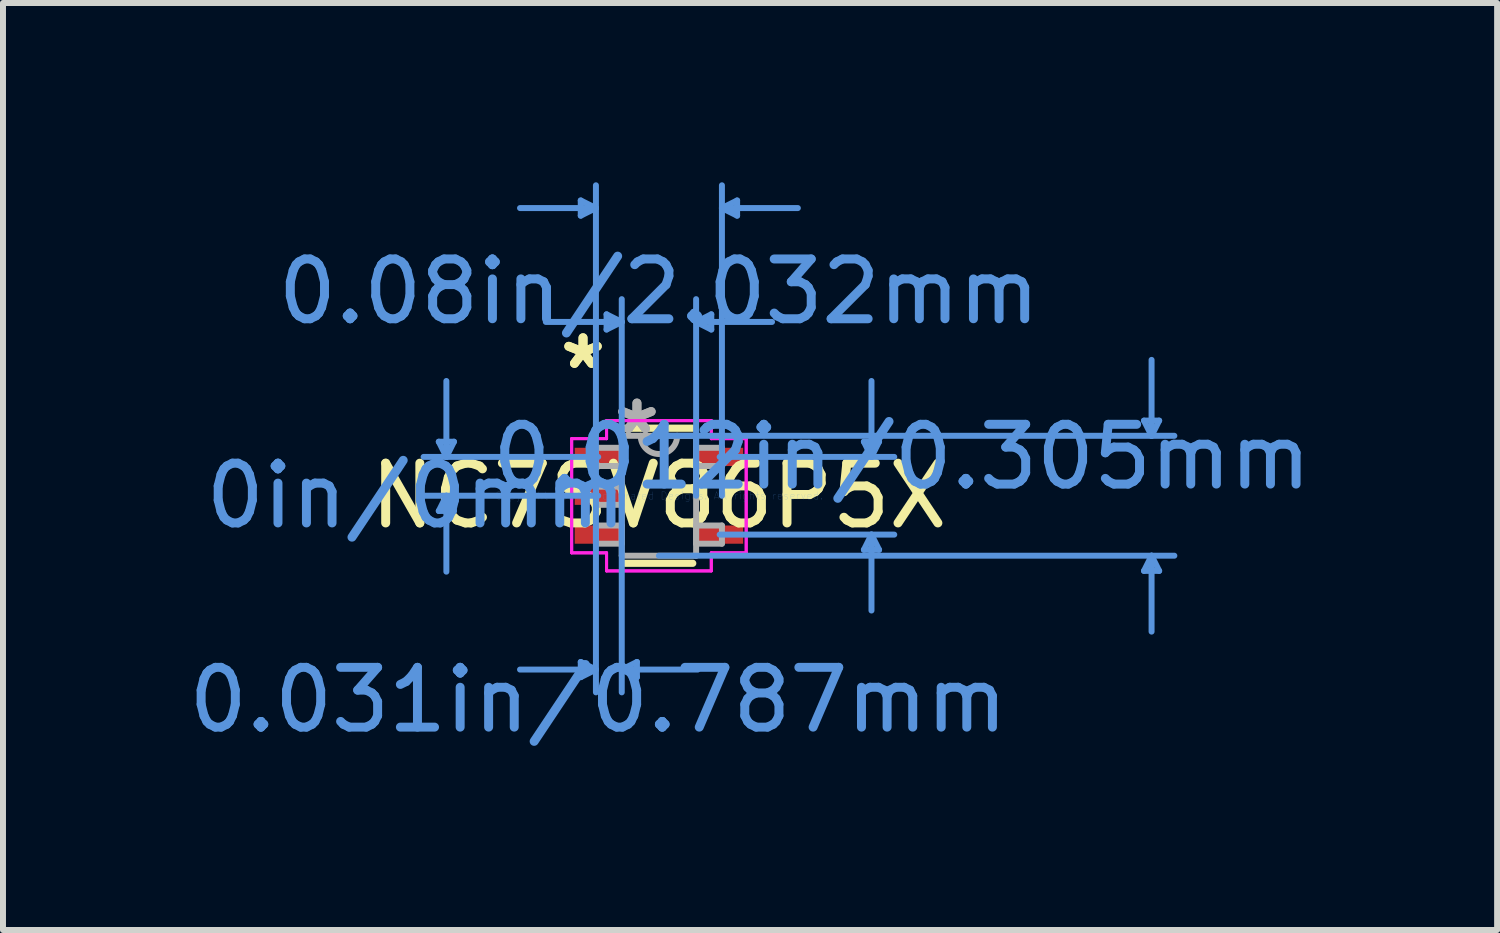
<source format=kicad_pcb>
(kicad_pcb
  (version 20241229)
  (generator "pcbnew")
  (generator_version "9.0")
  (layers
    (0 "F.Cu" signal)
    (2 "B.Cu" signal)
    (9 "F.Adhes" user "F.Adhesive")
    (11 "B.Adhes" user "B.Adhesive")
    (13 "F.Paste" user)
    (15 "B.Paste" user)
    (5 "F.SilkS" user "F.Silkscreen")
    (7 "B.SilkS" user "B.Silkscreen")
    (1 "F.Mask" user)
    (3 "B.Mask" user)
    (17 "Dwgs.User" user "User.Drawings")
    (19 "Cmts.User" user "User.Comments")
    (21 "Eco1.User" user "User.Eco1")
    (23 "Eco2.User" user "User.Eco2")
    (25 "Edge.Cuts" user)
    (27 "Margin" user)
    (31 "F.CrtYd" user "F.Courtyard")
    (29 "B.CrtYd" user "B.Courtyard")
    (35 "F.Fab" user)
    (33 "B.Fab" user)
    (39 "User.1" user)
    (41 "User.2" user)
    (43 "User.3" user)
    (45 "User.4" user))
  (footprint "NC7SV86P5X"
    (layer "F.Cu")
    (at 7.974 5.244)
    (property "Reference" "NC7SV86P5X" (at 0 0 0) (layer "F.SilkS") (effects (font (size 1 1) (thickness 0.15))))
    (attr through_hole)
    (fp_line (start -0.566 1.13) (end 0.566 1.13) (stroke (width 0.12) (type solid)) (layer "F.SilkS"))
    (fp_line (start 0.566 -1.13) (end -0.566 -1.13) (stroke (width 0.12) (type solid)) (layer "F.SilkS"))
    (fp_line (start 0.749 0.165) (end 0.749 -0.165) (stroke (width 0.12) (type solid)) (layer "F.SilkS"))
    (fp_line (start -3.683 -0.904) (end -3.429 -0.904) (stroke (width 0.1) (type solid)) (layer "Cmts.User"))
    (fp_line (start -3.683 0.254) (end -3.429 0.254) (stroke (width 0.1) (type solid)) (layer "Cmts.User"))
    (fp_line (start -3.556 -0.65) (end -3.683 -0.904) (stroke (width 0.1) (type solid)) (layer "Cmts.User"))
    (fp_line (start -3.556 -0.65) (end -3.556 -1.92) (stroke (width 0.1) (type solid)) (layer "Cmts.User"))
    (fp_line (start -3.556 -0.65) (end -3.429 -0.904) (stroke (width 0.1) (type solid)) (layer "Cmts.User"))
    (fp_line (start -3.556 0) (end -3.683 0.254) (stroke (width 0.1) (type solid)) (layer "Cmts.User"))
    (fp_line (start -3.556 0) (end -3.556 1.27) (stroke (width 0.1) (type solid)) (layer "Cmts.User"))
    (fp_line (start -3.556 0) (end -3.429 0.254) (stroke (width 0.1) (type solid)) (layer "Cmts.User"))
    (fp_line (start -1.308 -4.94) (end -1.308 -4.686) (stroke (width 0.1) (type solid)) (layer "Cmts.User"))
    (fp_line (start -1.308 2.781) (end -1.308 3.035) (stroke (width 0.1) (type solid)) (layer "Cmts.User"))
    (fp_line (start -1.054 -4.813) (end -2.324 -4.813) (stroke (width 0.1) (type solid)) (layer "Cmts.User"))
    (fp_line (start -1.054 -4.813) (end -1.308 -4.94) (stroke (width 0.1) (type solid)) (layer "Cmts.User"))
    (fp_line (start -1.054 -4.813) (end -1.308 -4.686) (stroke (width 0.1) (type solid)) (layer "Cmts.User"))
    (fp_line (start -1.054 0) (end -1.054 -5.194) (stroke (width 0.1) (type solid)) (layer "Cmts.User"))
    (fp_line (start -1.054 0) (end -1.054 3.289) (stroke (width 0.1) (type solid)) (layer "Cmts.User"))
    (fp_line (start -1.054 2.908) (end -2.324 2.908) (stroke (width 0.1) (type solid)) (layer "Cmts.User"))
    (fp_line (start -1.054 2.908) (end -1.308 2.781) (stroke (width 0.1) (type solid)) (layer "Cmts.User"))
    (fp_line (start -1.054 2.908) (end -1.308 3.035) (stroke (width 0.1) (type solid)) (layer "Cmts.User"))
    (fp_line (start -1.016 -0.65) (end -3.937 -0.65) (stroke (width 0.1) (type solid)) (layer "Cmts.User"))
    (fp_line (start -1.016 0) (end -3.937 0) (stroke (width 0.1) (type solid)) (layer "Cmts.User"))
    (fp_line (start -0.876 -3.035) (end -0.876 -2.781) (stroke (width 0.1) (type solid)) (layer "Cmts.User"))
    (fp_line (start -0.622 -2.908) (end -1.892 -2.908) (stroke (width 0.1) (type solid)) (layer "Cmts.User"))
    (fp_line (start -0.622 -2.908) (end -0.876 -3.035) (stroke (width 0.1) (type solid)) (layer "Cmts.User"))
    (fp_line (start -0.622 -2.908) (end -0.876 -2.781) (stroke (width 0.1) (type solid)) (layer "Cmts.User"))
    (fp_line (start -0.622 0) (end -0.622 -3.289) (stroke (width 0.1) (type solid)) (layer "Cmts.User"))
    (fp_line (start -0.622 0) (end -0.622 3.289) (stroke (width 0.1) (type solid)) (layer "Cmts.User"))
    (fp_line (start -0.622 2.908) (end -0.368 2.781) (stroke (width 0.1) (type solid)) (layer "Cmts.User"))
    (fp_line (start -0.622 2.908) (end -0.368 3.035) (stroke (width 0.1) (type solid)) (layer "Cmts.User"))
    (fp_line (start -0.622 2.908) (end 0.648 2.908) (stroke (width 0.1) (type solid)) (layer "Cmts.User"))
    (fp_line (start -0.368 2.781) (end -0.368 3.035) (stroke (width 0.1) (type solid)) (layer "Cmts.User"))
    (fp_line (start 0 -1.003) (end 8.623 -1.003) (stroke (width 0.1) (type solid)) (layer "Cmts.User"))
    (fp_line (start 0 1.003) (end 8.623 1.003) (stroke (width 0.1) (type solid)) (layer "Cmts.User"))
    (fp_line (start 0.622 -2.908) (end 0.876 -3.035) (stroke (width 0.1) (type solid)) (layer "Cmts.User"))
    (fp_line (start 0.622 -2.908) (end 0.876 -2.781) (stroke (width 0.1) (type solid)) (layer "Cmts.User"))
    (fp_line (start 0.622 -2.908) (end 1.892 -2.908) (stroke (width 0.1) (type solid)) (layer "Cmts.User"))
    (fp_line (start 0.622 0) (end 0.622 -3.289) (stroke (width 0.1) (type solid)) (layer "Cmts.User"))
    (fp_line (start 0.876 -3.035) (end 0.876 -2.781) (stroke (width 0.1) (type solid)) (layer "Cmts.User"))
    (fp_line (start 1.016 -0.65) (end 3.937 -0.65) (stroke (width 0.1) (type solid)) (layer "Cmts.User"))
    (fp_line (start 1.016 0.65) (end 3.937 0.65) (stroke (width 0.1) (type solid)) (layer "Cmts.User"))
    (fp_line (start 1.054 -4.813) (end 1.308 -4.94) (stroke (width 0.1) (type solid)) (layer "Cmts.User"))
    (fp_line (start 1.054 -4.813) (end 1.308 -4.686) (stroke (width 0.1) (type solid)) (layer "Cmts.User"))
    (fp_line (start 1.054 -4.813) (end 2.324 -4.813) (stroke (width 0.1) (type solid)) (layer "Cmts.User"))
    (fp_line (start 1.054 0) (end 1.054 -5.194) (stroke (width 0.1) (type solid)) (layer "Cmts.User"))
    (fp_line (start 1.308 -4.94) (end 1.308 -4.686) (stroke (width 0.1) (type solid)) (layer "Cmts.User"))
    (fp_line (start 3.429 -0.904) (end 3.683 -0.904) (stroke (width 0.1) (type solid)) (layer "Cmts.User"))
    (fp_line (start 3.429 0.904) (end 3.683 0.904) (stroke (width 0.1) (type solid)) (layer "Cmts.User"))
    (fp_line (start 3.556 -0.65) (end 3.429 -0.904) (stroke (width 0.1) (type solid)) (layer "Cmts.User"))
    (fp_line (start 3.556 -0.65) (end 3.556 -1.92) (stroke (width 0.1) (type solid)) (layer "Cmts.User"))
    (fp_line (start 3.556 -0.65) (end 3.683 -0.904) (stroke (width 0.1) (type solid)) (layer "Cmts.User"))
    (fp_line (start 3.556 0.65) (end 3.429 0.904) (stroke (width 0.1) (type solid)) (layer "Cmts.User"))
    (fp_line (start 3.556 0.65) (end 3.556 1.92) (stroke (width 0.1) (type solid)) (layer "Cmts.User"))
    (fp_line (start 3.556 0.65) (end 3.683 0.904) (stroke (width 0.1) (type solid)) (layer "Cmts.User"))
    (fp_line (start 8.115 -1.257) (end 8.369 -1.257) (stroke (width 0.1) (type solid)) (layer "Cmts.User"))
    (fp_line (start 8.115 1.257) (end 8.369 1.257) (stroke (width 0.1) (type solid)) (layer "Cmts.User"))
    (fp_line (start 8.242 -1.003) (end 8.115 -1.257) (stroke (width 0.1) (type solid)) (layer "Cmts.User"))
    (fp_line (start 8.242 -1.003) (end 8.242 -2.273) (stroke (width 0.1) (type solid)) (layer "Cmts.User"))
    (fp_line (start 8.242 -1.003) (end 8.369 -1.257) (stroke (width 0.1) (type solid)) (layer "Cmts.User"))
    (fp_line (start 8.242 1.003) (end 8.115 1.257) (stroke (width 0.1) (type solid)) (layer "Cmts.User"))
    (fp_line (start 8.242 1.003) (end 8.242 2.273) (stroke (width 0.1) (type solid)) (layer "Cmts.User"))
    (fp_line (start 8.242 1.003) (end 8.369 1.257) (stroke (width 0.1) (type solid)) (layer "Cmts.User"))
    (fp_line (start -1.46 -0.955) (end -0.876 -0.955) (stroke (width 0.05) (type solid)) (layer "F.CrtYd"))
    (fp_line (start -1.46 -0.955) (end -0.876 -0.955) (stroke (width 0.05) (type solid)) (layer "F.CrtYd"))
    (fp_line (start -1.46 0.955) (end -1.46 -0.955) (stroke (width 0.05) (type solid)) (layer "F.CrtYd"))
    (fp_line (start -1.46 0.955) (end -1.46 -0.955) (stroke (width 0.05) (type solid)) (layer "F.CrtYd"))
    (fp_line (start -0.876 -1.257) (end 0.876 -1.257) (stroke (width 0.05) (type solid)) (layer "F.CrtYd"))
    (fp_line (start -0.876 -1.257) (end 0.876 -1.257) (stroke (width 0.05) (type solid)) (layer "F.CrtYd"))
    (fp_line (start -0.876 -0.955) (end -0.876 -1.257) (stroke (width 0.05) (type solid)) (layer "F.CrtYd"))
    (fp_line (start -0.876 -0.955) (end -0.876 -1.257) (stroke (width 0.05) (type solid)) (layer "F.CrtYd"))
    (fp_line (start -0.876 0.955) (end -1.46 0.955) (stroke (width 0.05) (type solid)) (layer "F.CrtYd"))
    (fp_line (start -0.876 0.955) (end -1.46 0.955) (stroke (width 0.05) (type solid)) (layer "F.CrtYd"))
    (fp_line (start -0.876 1.257) (end -0.876 0.955) (stroke (width 0.05) (type solid)) (layer "F.CrtYd"))
    (fp_line (start -0.876 1.257) (end -0.876 0.955) (stroke (width 0.05) (type solid)) (layer "F.CrtYd"))
    (fp_line (start 0.876 -1.257) (end 0.876 -0.955) (stroke (width 0.05) (type solid)) (layer "F.CrtYd"))
    (fp_line (start 0.876 -1.257) (end 0.876 -0.955) (stroke (width 0.05) (type solid)) (layer "F.CrtYd"))
    (fp_line (start 0.876 -0.955) (end 1.46 -0.955) (stroke (width 0.05) (type solid)) (layer "F.CrtYd"))
    (fp_line (start 0.876 -0.955) (end 1.46 -0.955) (stroke (width 0.05) (type solid)) (layer "F.CrtYd"))
    (fp_line (start 0.876 0.955) (end 0.876 1.257) (stroke (width 0.05) (type solid)) (layer "F.CrtYd"))
    (fp_line (start 0.876 0.955) (end 0.876 1.257) (stroke (width 0.05) (type solid)) (layer "F.CrtYd"))
    (fp_line (start 0.876 1.257) (end -0.876 1.257) (stroke (width 0.05) (type solid)) (layer "F.CrtYd"))
    (fp_line (start 0.876 1.257) (end -0.876 1.257) (stroke (width 0.05) (type solid)) (layer "F.CrtYd"))
    (fp_line (start 1.46 -0.955) (end 1.46 0.955) (stroke (width 0.05) (type solid)) (layer "F.CrtYd"))
    (fp_line (start 1.46 -0.955) (end 1.46 0.955) (stroke (width 0.05) (type solid)) (layer "F.CrtYd"))
    (fp_line (start 1.46 0.955) (end 0.876 0.955) (stroke (width 0.05) (type solid)) (layer "F.CrtYd"))
    (fp_line (start 1.46 0.955) (end 0.876 0.955) (stroke (width 0.05) (type solid)) (layer "F.CrtYd"))
    (fp_line (start -1.054 -0.802) (end -1.054 -0.498) (stroke (width 0.1) (type solid)) (layer "F.Fab"))
    (fp_line (start -1.054 -0.498) (end -0.622 -0.498) (stroke (width 0.1) (type solid)) (layer "F.Fab"))
    (fp_line (start -1.054 -0.152) (end -1.054 0.152) (stroke (width 0.1) (type solid)) (layer "F.Fab"))
    (fp_line (start -1.054 0.152) (end -0.622 0.152) (stroke (width 0.1) (type solid)) (layer "F.Fab"))
    (fp_line (start -1.054 0.498) (end -1.054 0.802) (stroke (width 0.1) (type solid)) (layer "F.Fab"))
    (fp_line (start -1.054 0.802) (end -0.622 0.802) (stroke (width 0.1) (type solid)) (layer "F.Fab"))
    (fp_line (start -0.622 -1.003) (end -0.622 1.003) (stroke (width 0.1) (type solid)) (layer "F.Fab"))
    (fp_line (start -0.622 -0.802) (end -1.054 -0.802) (stroke (width 0.1) (type solid)) (layer "F.Fab"))
    (fp_line (start -0.622 -0.498) (end -0.622 -0.802) (stroke (width 0.1) (type solid)) (layer "F.Fab"))
    (fp_line (start -0.622 -0.152) (end -1.054 -0.152) (stroke (width 0.1) (type solid)) (layer "F.Fab"))
    (fp_line (start -0.622 0.152) (end -0.622 -0.152) (stroke (width 0.1) (type solid)) (layer "F.Fab"))
    (fp_line (start -0.622 0.498) (end -1.054 0.498) (stroke (width 0.1) (type solid)) (layer "F.Fab"))
    (fp_line (start -0.622 0.802) (end -0.622 0.498) (stroke (width 0.1) (type solid)) (layer "F.Fab"))
    (fp_line (start -0.622 1.003) (end 0.622 1.003) (stroke (width 0.1) (type solid)) (layer "F.Fab"))
    (fp_line (start 0.622 -1.003) (end -0.622 -1.003) (stroke (width 0.1) (type solid)) (layer "F.Fab"))
    (fp_line (start 0.622 -0.802) (end 0.622 -0.498) (stroke (width 0.1) (type solid)) (layer "F.Fab"))
    (fp_line (start 0.622 -0.498) (end 1.054 -0.498) (stroke (width 0.1) (type solid)) (layer "F.Fab"))
    (fp_line (start 0.622 0.498) (end 0.622 0.802) (stroke (width 0.1) (type solid)) (layer "F.Fab"))
    (fp_line (start 0.622 0.802) (end 1.054 0.802) (stroke (width 0.1) (type solid)) (layer "F.Fab"))
    (fp_line (start 0.622 1.003) (end 0.622 -1.003) (stroke (width 0.1) (type solid)) (layer "F.Fab"))
    (fp_line (start 1.054 -0.802) (end 0.622 -0.802) (stroke (width 0.1) (type solid)) (layer "F.Fab"))
    (fp_line (start 1.054 -0.498) (end 1.054 -0.802) (stroke (width 0.1) (type solid)) (layer "F.Fab"))
    (fp_line (start 1.054 0.498) (end 0.622 0.498) (stroke (width 0.1) (type solid)) (layer "F.Fab"))
    (fp_line (start 1.054 0.802) (end 1.054 0.498) (stroke (width 0.1) (type solid)) (layer "F.Fab"))
    (fp_arc (start 0.3048 -1.0033) (mid 0 -0.6985) (end -0.3048 -1.0033) (stroke (width 0.1) (type solid)) (layer "F.Fab"))
    (fp_text user "*" (at -1.27 -2.098 0) (layer "F.SilkS") (effects (font (size 1 1) (thickness 0.15))))
    (fp_text user "*" (at -1.27 -2.098 0) (layer "F.SilkS") (effects (font (size 1 1) (thickness 0.15))))
    (fp_text user "0.031in/0.787mm" (at -1.016 3.416 0) (layer "Cmts.User") (effects (font (size 1 1) (thickness 0.15))))
    (fp_text user "0.012in/0.305mm" (at 4.064 -0.65 0) (layer "Cmts.User") (effects (font (size 1 1) (thickness 0.15))))
    (fp_text user "0in/0mm" (at -4.064 0 0) (layer "Cmts.User") (effects (font (size 1 1) (thickness 0.15))))
    (fp_text user "Copyright 2021 Accelerated Designs. All rights reserved." (at 0 0 0) (layer "Cmts.User") (effects (font (size 0.127 0.127) (thickness 0.002))))
    (fp_text user "0.08in/2.032mm" (at 0 -3.416 0) (layer "Cmts.User") (effects (font (size 1 1) (thickness 0.15))))
    (fp_text user "*" (at -0.368 -1.006 0) (layer "F.Fab") (effects (font (size 1 1) (thickness 0.15))))
    (fp_text user "*" (at -0.368 -1.006 0) (layer "F.Fab") (effects (font (size 1 1) (thickness 0.15))))
    (pad "1" smd rect (at -1.016 -0.65) (size 0.787 0.305) (layers "F.Cu" "F.Mask" "F.Paste"))
    (pad "2" smd rect (at -1.016 0) (size 0.787 0.305) (layers "F.Cu" "F.Mask" "F.Paste"))
    (pad "3" smd rect (at -1.016 0.65) (size 0.787 0.305) (layers "F.Cu" "F.Mask" "F.Paste"))
    (pad "4" smd rect (at 1.016 0.65) (size 0.787 0.305) (layers "F.Cu" "F.Mask" "F.Paste"))
    (pad "5" smd rect (at 1.016 -0.65) (size 0.787 0.305) (layers "F.Cu" "F.Mask" "F.Paste")))
  (gr_rect
    (start -3 -3)
    (end 21.997 12.509)
    (stroke (width 0.1) (type default))
    (fill no)
    (layer "Edge.Cuts")))
</source>
